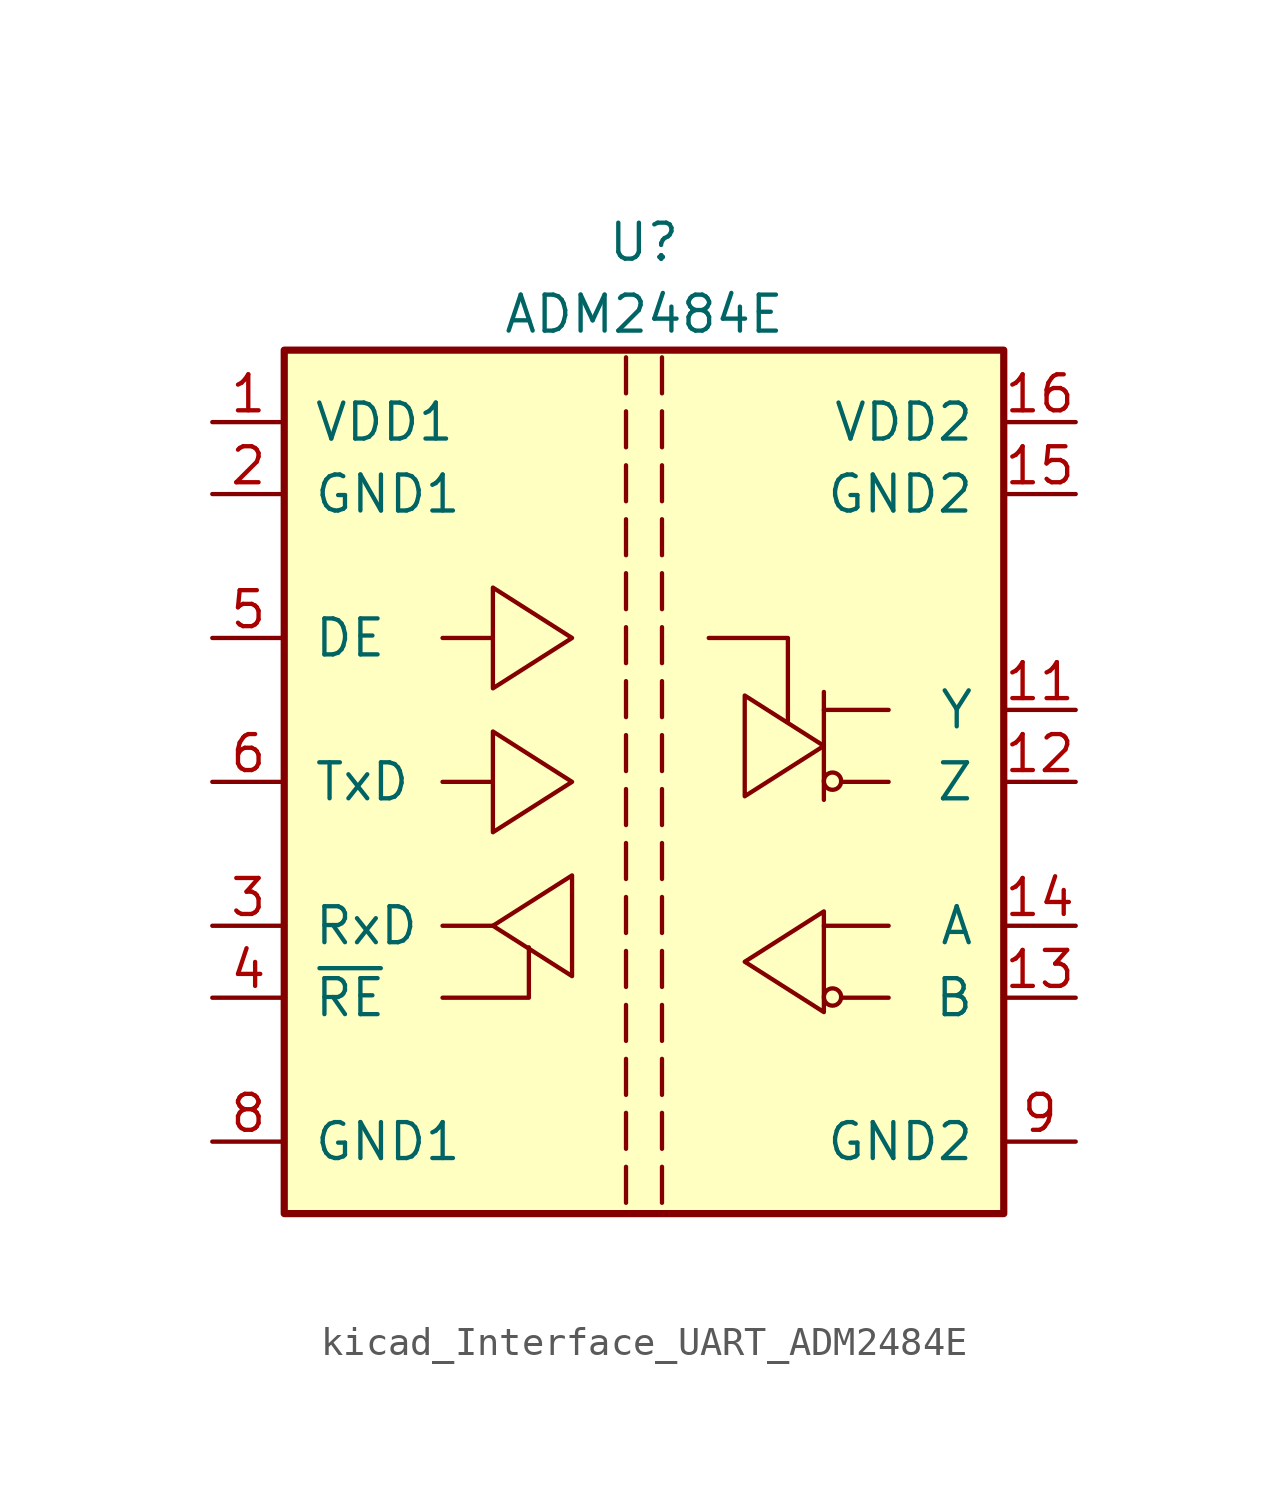
<source format=kicad_sym>
(kicad_symbol_lib
  (version 20220914)
  (generator kicad_symbol_editor)
  (symbol "kicad_Interface_UART_ADM2484E"
    (pin_names
      (offset 1.016))
    (property "Reference" "U"
      (at 0 19.05 0)
      (effects (font (size 1.27 1.27))))
    (property "Value" "ADM2484E"
      (at 0 16.51 0)
      (effects (font (size 1.27 1.27))))
    (symbol "kicad_Interface_UART_ADM2484E_0_0"
      (polyline (pts (xy -0.635 -13.589) (xy -0.635 -14.859)) (stroke (width 0) (type default)) (fill (type none)))
      (polyline (pts (xy -0.635 -11.684) (xy -0.635 -12.954)) (stroke (width 0) (type default)) (fill (type none)))
      (polyline (pts (xy -0.635 -9.779) (xy -0.635 -11.049)) (stroke (width 0) (type default)) (fill (type none)))
      (polyline (pts (xy -0.635 -7.874) (xy -0.635 -9.144)) (stroke (width 0) (type default)) (fill (type none)))
      (polyline (pts (xy -0.635 -5.969) (xy -0.635 -7.239)) (stroke (width 0) (type default)) (fill (type none)))
      (polyline (pts (xy -0.635 -4.064) (xy -0.635 -5.334)) (stroke (width 0) (type default)) (fill (type none)))
      (polyline (pts (xy -0.635 -2.159) (xy -0.635 -3.429)) (stroke (width 0) (type default)) (fill (type none)))
      (polyline (pts (xy -0.635 -0.254) (xy -0.635 -1.524)) (stroke (width 0) (type default)) (fill (type none)))
      (polyline (pts (xy -0.635 1.651) (xy -0.635 0.381)) (stroke (width 0) (type default)) (fill (type none)))
      (polyline (pts (xy -0.635 3.556) (xy -0.635 2.286)) (stroke (width 0) (type default)) (fill (type none)))
      (polyline (pts (xy -0.635 5.461) (xy -0.635 4.191)) (stroke (width 0) (type default)) (fill (type none)))
      (polyline (pts (xy -0.635 7.366) (xy -0.635 6.096)) (stroke (width 0) (type default)) (fill (type none)))
      (polyline (pts (xy -0.635 9.271) (xy -0.635 8.001)) (stroke (width 0) (type default)) (fill (type none)))
      (polyline (pts (xy -0.635 11.176) (xy -0.635 9.906)) (stroke (width 0) (type default)) (fill (type none)))
      (polyline (pts (xy -0.635 13.081) (xy -0.635 11.811)) (stroke (width 0) (type default)) (fill (type none)))
      (polyline (pts (xy -0.635 14.986) (xy -0.635 13.716)) (stroke (width 0) (type default)) (fill (type none)))
      (polyline (pts (xy 0.635 -13.589) (xy 0.635 -14.859)) (stroke (width 0) (type default)) (fill (type none)))
      (polyline (pts (xy 0.635 -11.684) (xy 0.635 -12.954)) (stroke (width 0) (type default)) (fill (type none)))
      (polyline (pts (xy 0.635 -9.779) (xy 0.635 -11.049)) (stroke (width 0) (type default)) (fill (type none)))
      (polyline (pts (xy 0.635 -7.874) (xy 0.635 -9.144)) (stroke (width 0) (type default)) (fill (type none)))
      (polyline (pts (xy 0.635 -5.969) (xy 0.635 -7.239)) (stroke (width 0) (type default)) (fill (type none)))
      (polyline (pts (xy 0.635 -4.064) (xy 0.635 -5.334)) (stroke (width 0) (type default)) (fill (type none)))
      (polyline (pts (xy 0.635 -2.159) (xy 0.635 -3.429)) (stroke (width 0) (type default)) (fill (type none)))
      (polyline (pts (xy 0.635 -0.254) (xy 0.635 -1.524)) (stroke (width 0) (type default)) (fill (type none)))
      (polyline (pts (xy 0.635 1.651) (xy 0.635 0.381)) (stroke (width 0) (type default)) (fill (type none)))
      (polyline (pts (xy 0.635 3.556) (xy 0.635 2.286)) (stroke (width 0) (type default)) (fill (type none)))
      (polyline (pts (xy 0.635 5.461) (xy 0.635 4.191)) (stroke (width 0) (type default)) (fill (type none)))
      (polyline (pts (xy 0.635 7.366) (xy 0.635 6.096)) (stroke (width 0) (type default)) (fill (type none)))
      (polyline (pts (xy 0.635 9.271) (xy 0.635 8.001)) (stroke (width 0) (type default)) (fill (type none)))
      (polyline (pts (xy 0.635 11.176) (xy 0.635 9.906)) (stroke (width 0) (type default)) (fill (type none)))
      (polyline (pts (xy 0.635 13.081) (xy 0.635 11.811)) (stroke (width 0) (type default)) (fill (type none)))
      (polyline (pts (xy 0.635 14.986) (xy 0.635 13.716)) (stroke (width 0) (type default)) (fill (type none))))
    (symbol "kicad_Interface_UART_ADM2484E_0_1"
      (rectangle (start -12.7 15.24) (end 12.7 -15.24) (stroke (width 0.254) (type default)) (fill (type background)))
      (polyline (pts (xy -5.334 -5.08) (xy -7.112 -5.08)) (stroke (width 0) (type default)) (fill (type none)))
      (polyline (pts (xy -5.334 0) (xy -7.112 0)) (stroke (width 0) (type default)) (fill (type none)))
      (polyline (pts (xy -5.334 5.08) (xy -7.112 5.08)) (stroke (width 0) (type default)) (fill (type none)))
      (polyline (pts (xy 6.35 -5.08) (xy 8.636 -5.08)) (stroke (width 0) (type default)) (fill (type none)))
      (polyline (pts (xy 6.35 2.54) (xy 8.636 2.54)) (stroke (width 0) (type default)) (fill (type none)))
      (polyline (pts (xy 6.35 3.175) (xy 6.35 -0.635)) (stroke (width 0) (type default)) (fill (type none)))
      (polyline (pts (xy 6.96 -7.62) (xy 8.636 -7.62)) (stroke (width 0) (type default)) (fill (type none)))
      (polyline (pts (xy 6.96 0) (xy 8.636 0)) (stroke (width 0) (type default)) (fill (type none)))
      (polyline (pts (xy -7.112 -7.62) (xy -4.064 -7.62) (xy -4.064 -5.842)) (stroke (width 0) (type default)) (fill (type none)))
      (polyline (pts (xy 2.286 5.08) (xy 5.08 5.08) (xy 5.08 2.159)) (stroke (width 0) (type default)) (fill (type none)))
      (polyline (pts (xy -5.334 -5.08) (xy -2.54 -3.302) (xy -2.54 -6.858) (xy -5.334 -5.08)) (stroke (width 0) (type default)) (fill (type none)))
      (polyline (pts (xy -2.54 0) (xy -5.334 1.778) (xy -5.334 -1.778) (xy -2.54 0)) (stroke (width 0) (type default)) (fill (type none)))
      (polyline (pts (xy -2.54 5.08) (xy -5.334 6.858) (xy -5.334 3.302) (xy -2.54 5.08)) (stroke (width 0) (type default)) (fill (type none)))
      (polyline (pts (xy 3.556 -6.35) (xy 6.35 -4.572) (xy 6.35 -8.128) (xy 3.556 -6.35)) (stroke (width 0) (type default)) (fill (type none)))
      (polyline (pts (xy 6.35 1.27) (xy 3.556 3.048) (xy 3.556 -0.508) (xy 6.35 1.27)) (stroke (width 0) (type default)) (fill (type none)))
      (circle (center 6.655 -7.595) (radius 0.305) (stroke (width 0) (type default)) (fill (type none)))
      (circle (center 6.655 0.025) (radius 0.305) (stroke (width 0) (type default)) (fill (type none))))
    (symbol "kicad_Interface_UART_ADM2484E_1_1"
      (pin power_in line (at -15.24 12.7 0) (length 2.54) (name "VDD1" (effects (font (size 1.27 1.27)))) (number "1" (effects (font (size 1.27 1.27)))))
      (pin no_connect line (at 12.7 -10.16 180) (length 2.54) hide (name "NC" (effects (font (size 1.27 1.27)))) (number "10" (effects (font (size 1.27 1.27)))))
      (pin output line (at 15.24 2.54 180) (length 2.54) (name "Y" (effects (font (size 1.27 1.27)))) (number "11" (effects (font (size 1.27 1.27)))))
      (pin output line (at 15.24 0 180) (length 2.54) (name "Z" (effects (font (size 1.27 1.27)))) (number "12" (effects (font (size 1.27 1.27)))))
      (pin input line (at 15.24 -7.62 180) (length 2.54) (name "B" (effects (font (size 1.27 1.27)))) (number "13" (effects (font (size 1.27 1.27)))))
      (pin input line (at 15.24 -5.08 180) (length 2.54) (name "A" (effects (font (size 1.27 1.27)))) (number "14" (effects (font (size 1.27 1.27)))))
      (pin power_in line (at 15.24 10.16 180) (length 2.54) (name "GND2" (effects (font (size 1.27 1.27)))) (number "15" (effects (font (size 1.27 1.27)))))
      (pin power_in line (at 15.24 12.7 180) (length 2.54) (name "VDD2" (effects (font (size 1.27 1.27)))) (number "16" (effects (font (size 1.27 1.27)))))
      (pin power_in line (at -15.24 10.16 0) (length 2.54) (name "GND1" (effects (font (size 1.27 1.27)))) (number "2" (effects (font (size 1.27 1.27)))))
      (pin output line (at -15.24 -5.08 0) (length 2.54) (name "RxD" (effects (font (size 1.27 1.27)))) (number "3" (effects (font (size 1.27 1.27)))))
      (pin input line (at -15.24 -7.62 0) (length 2.54) (name "~{RE}" (effects (font (size 1.27 1.27)))) (number "4" (effects (font (size 1.27 1.27)))))
      (pin input line (at -15.24 5.08 0) (length 2.54) (name "DE" (effects (font (size 1.27 1.27)))) (number "5" (effects (font (size 1.27 1.27)))))
      (pin input line (at -15.24 0 0) (length 2.54) (name "TxD" (effects (font (size 1.27 1.27)))) (number "6" (effects (font (size 1.27 1.27)))))
      (pin no_connect line (at -12.7 -10.16 0) (length 2.54) hide (name "NC" (effects (font (size 1.27 1.27)))) (number "7" (effects (font (size 1.27 1.27)))))
      (pin power_in line (at -15.24 -12.7 0) (length 2.54) (name "GND1" (effects (font (size 1.27 1.27)))) (number "8" (effects (font (size 1.27 1.27)))))
      (pin power_in line (at 15.24 -12.7 180) (length 2.54) (name "GND2" (effects (font (size 1.27 1.27)))) (number "9" (effects (font (size 1.27 1.27))))))))
</source>
